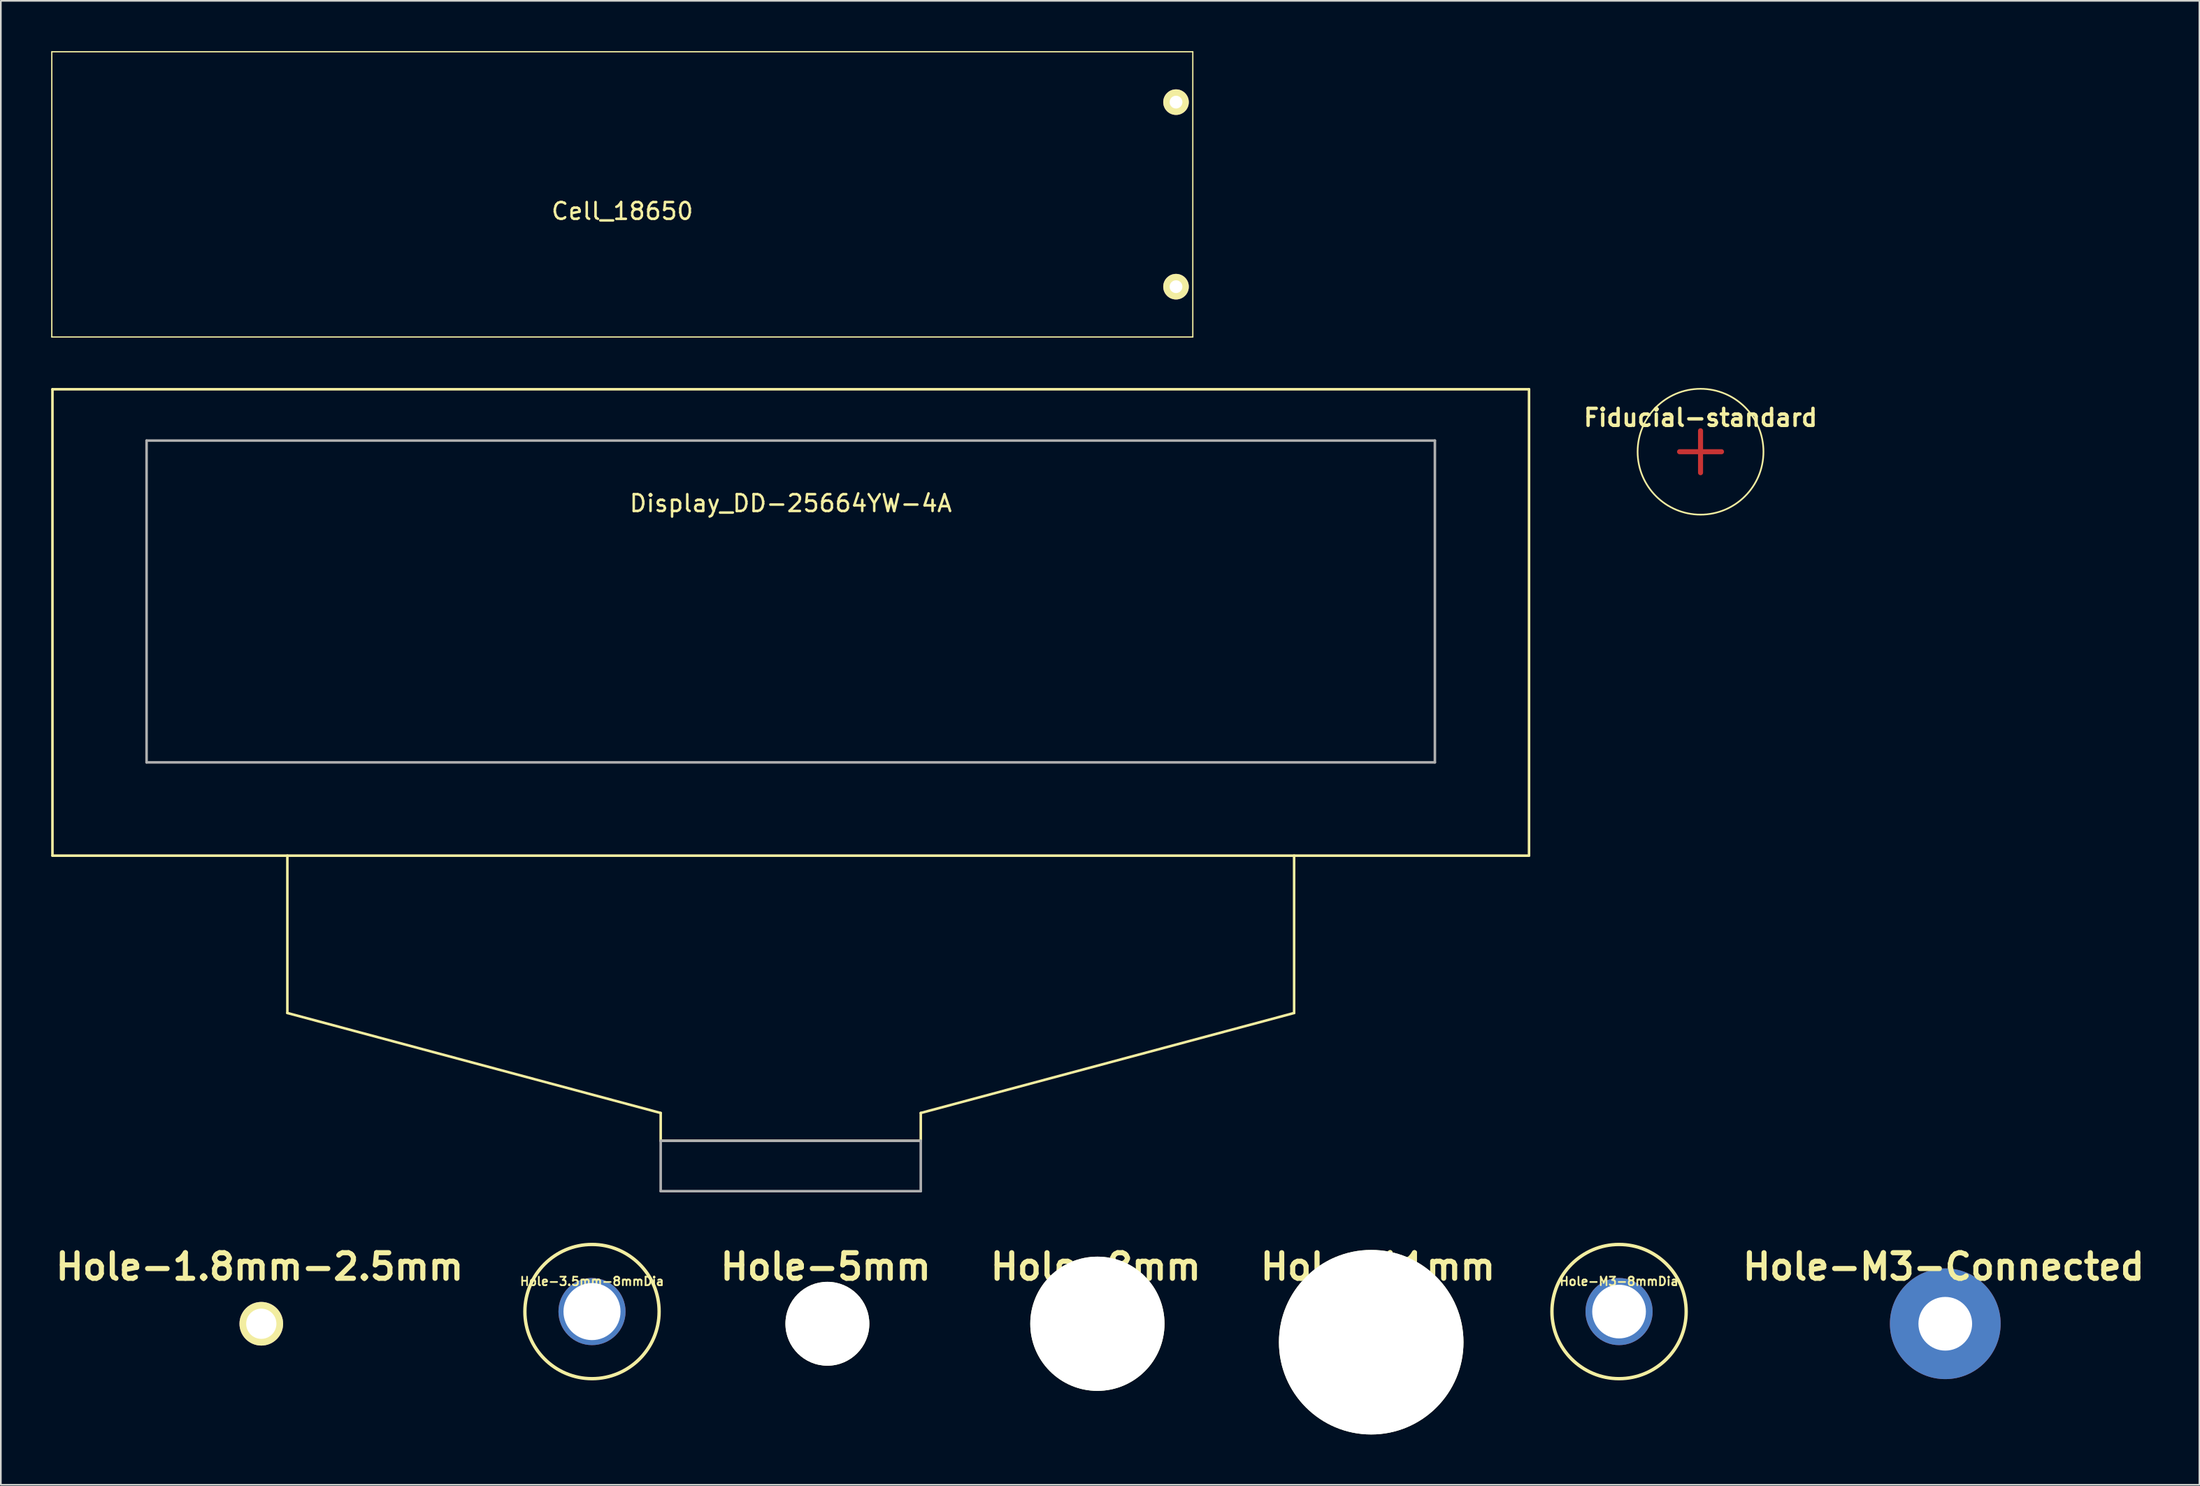
<source format=kicad_pcb>
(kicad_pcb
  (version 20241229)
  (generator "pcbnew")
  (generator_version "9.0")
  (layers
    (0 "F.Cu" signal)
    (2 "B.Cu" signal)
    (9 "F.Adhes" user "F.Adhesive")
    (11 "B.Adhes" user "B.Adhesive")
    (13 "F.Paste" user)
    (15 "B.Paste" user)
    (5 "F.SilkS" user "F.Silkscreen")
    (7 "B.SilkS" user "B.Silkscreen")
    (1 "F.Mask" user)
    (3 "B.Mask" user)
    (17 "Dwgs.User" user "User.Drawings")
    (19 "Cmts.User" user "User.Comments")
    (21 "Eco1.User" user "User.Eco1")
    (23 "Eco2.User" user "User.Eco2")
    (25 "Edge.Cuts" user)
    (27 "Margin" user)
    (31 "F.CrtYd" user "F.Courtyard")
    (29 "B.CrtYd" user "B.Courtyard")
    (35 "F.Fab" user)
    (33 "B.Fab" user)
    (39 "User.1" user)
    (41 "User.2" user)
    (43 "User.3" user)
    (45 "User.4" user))
  (footprint "Hole-8mm"
    (layer "F.Cu")
    (at 62.352 75.856)
    (property "Reference" "Hole-8mm" (at -0.099 -3.401 0) (layer "F.SilkS") (effects (font (size 1.524 1.524) (thickness 0.305))))
    (attr through_hole)
    (pad "" np_thru_hole circle (at 0 0) (size 8 8) (drill 8) (layers "*.Cu" "*.Mask" "F.SilkS")))
  (footprint "Hole-11mm"
    (layer "F.Cu")
    (at 78.671 76.955)
    (property "Reference" "Hole-11mm" (at 0.4 -4.5 0) (layer "F.SilkS") (effects (font (size 1.524 1.524) (thickness 0.305))))
    (attr through_hole)
    (pad "" np_thru_hole circle (at 0 0) (size 11 11) (drill 11) (layers "*.Cu" "*.Mask" "F.SilkS")))
  (footprint "Display_DD-25664YW-4A"
    (layer "F.Cu")
    (at 44.076 47.952)
    (property "Reference" "Display_DD-25664YW-4A" (at 0 -21 0) (layer "F.SilkS") (effects (font (size 1 1) (thickness 0.15))))
    (attr through_hole)
    (fp_line (start -44 -27.8) (end -44 0) (stroke (width 0.152) (type solid)) (layer "F.SilkS"))
    (fp_line (start -44 0) (end 44 0) (stroke (width 0.152) (type solid)) (layer "F.SilkS"))
    (fp_line (start -30 0) (end -30 9.38) (stroke (width 0.152) (type solid)) (layer "F.SilkS"))
    (fp_line (start -30 9.38) (end -7.75 15.34) (stroke (width 0.152) (type solid)) (layer "F.SilkS"))
    (fp_line (start -7.75 17) (end -7.75 15.34) (stroke (width 0.152) (type solid)) (layer "F.SilkS"))
    (fp_line (start -7.75 17) (end 7.75 17) (stroke (width 0.152) (type solid)) (layer "F.SilkS"))
    (fp_line (start 7.75 17) (end 7.75 15.34) (stroke (width 0.152) (type solid)) (layer "F.SilkS"))
    (fp_line (start 30 0) (end 30 9.38) (stroke (width 0.152) (type solid)) (layer "F.SilkS"))
    (fp_line (start 30 9.38) (end 7.75 15.34) (stroke (width 0.152) (type solid)) (layer "F.SilkS"))
    (fp_line (start 44 -27.8) (end -44 -27.8) (stroke (width 0.152) (type solid)) (layer "F.SilkS"))
    (fp_line (start 44 0) (end 44 -27.8) (stroke (width 0.152) (type solid)) (layer "F.SilkS"))
    (fp_line (start -38.39 -24.74) (end 38.39 -24.74) (stroke (width 0.152) (type solid)) (layer "F.Fab"))
    (fp_line (start -38.39 -5.56) (end -38.39 -24.74) (stroke (width 0.152) (type solid)) (layer "F.Fab"))
    (fp_line (start -7.75 17) (end 7.75 17) (stroke (width 0.152) (type solid)) (layer "F.Fab"))
    (fp_line (start -7.75 20) (end -7.75 17) (stroke (width 0.152) (type solid)) (layer "F.Fab"))
    (fp_line (start 7.75 17) (end 7.75 20) (stroke (width 0.152) (type solid)) (layer "F.Fab"))
    (fp_line (start 7.75 20) (end -7.75 20) (stroke (width 0.152) (type solid)) (layer "F.Fab"))
    (fp_line (start 38.39 -24.74) (end 38.39 -5.56) (stroke (width 0.152) (type solid)) (layer "F.Fab"))
    (fp_line (start 38.39 -5.56) (end -38.39 -5.56) (stroke (width 0.152) (type solid)) (layer "F.Fab")))
  (footprint "Hole-M3-8mmDia"
    (layer "F.Cu")
    (at 93.442 75.129)
    (property "Reference" "Hole-M3-8mmDia" (at 0 -1.8 0) (layer "F.SilkS") (effects (font (size 0.508 0.508) (thickness 0.102))))
    (attr through_hole)
    (fp_circle (center 0 0) (end 4 0) (stroke (width 0.2) (type solid)) (fill no) (layer "F.SilkS"))
    (pad "" thru_hole circle (at 0 0) (size 4 4) (drill 3.2) (layers "*.Cu" "*.Mask")))
  (footprint "Hole-M3-Connected"
    (layer "F.Cu")
    (at 112.884 75.856)
    (property "Reference" "Hole-M3-Connected" (at -0.099 -3.401 0) (layer "F.SilkS") (effects (font (size 1.524 1.524) (thickness 0.305))))
    (attr through_hole)
    (pad "1" thru_hole circle (at 0 0) (size 6.6 6.6) (drill 3.2) (layers "*.Cu" "*.Mask")))
  (footprint "Hole-3.5mm-8mmDia"
    (layer "F.Cu")
    (at 32.232 75.129)
    (property "Reference" "Hole-3.5mm-8mmDia" (at 0 -1.8 0) (layer "F.SilkS") (effects (font (size 0.508 0.508) (thickness 0.102))))
    (attr through_hole)
    (fp_circle (center 0 0) (end 4 0) (stroke (width 0.2) (type solid)) (fill no) (layer "F.SilkS"))
    (pad "" thru_hole circle (at 0 0) (size 4 4) (drill 3.4) (layers "*.Cu" "*.Mask")))
  (footprint "Hole-5mm"
    (layer "F.Cu")
    (at 46.26 75.856)
    (property "Reference" "Hole-5mm" (at -0.099 -3.401 0) (layer "F.SilkS") (effects (font (size 1.524 1.524) (thickness 0.305))))
    (attr through_hole)
    (pad "" np_thru_hole circle (at 0 0) (size 5 5) (drill 5) (layers "*.Cu" "*.Mask" "F.SilkS")))
  (footprint "Fiducial-standard"
    (layer "F.Cu")
    (at 98.298 23.876)
    (property "Reference" "Fiducial-standard" (at 0 -2.032 0) (layer "F.SilkS") (effects (font (size 1.016 1.016) (thickness 0.203))))
    (attr through_hole)
    (fp_line (start -1.25 0) (end 1.25 0) (stroke (width 0.3) (type solid)) (layer "F.Cu"))
    (fp_line (start 0 -1.25) (end 0 1.25) (stroke (width 0.3) (type solid)) (layer "F.Cu"))
    (fp_circle (center 0 0) (end 3.75 0) (stroke (width 0.1) (type solid)) (fill no) (layer "F.SilkS"))
    (pad "1" smd circle (at 0 0) (size 0.099 0.099) (layers "F.Cu" "F.Mask")))
  (footprint "Hole-1.8mm-2.5mm"
    (layer "F.Cu")
    (at 12.523 75.856)
    (property "Reference" "Hole-1.8mm-2.5mm" (at -0.099 -3.401 0) (layer "F.SilkS") (effects (font (size 1.524 1.524) (thickness 0.305))))
    (attr through_hole)
    (pad "1" thru_hole circle (at 0 0) (size 2.6 2.6) (drill 1.8) (layers "*.Cu" "*.Mask" "F.SilkS")))
  (footprint "Cell_18650"
    (layer "F.Cu")
    (at 34.038 9.038)
    (property "Reference" "Cell_18650" (at 0 0.5 0) (layer "F.SilkS") (effects (font (size 1 1) (thickness 0.15))))
    (attr through_hole)
    (fp_line (start -34 -9) (end 34 -9) (stroke (width 0.076) (type solid)) (layer "F.SilkS"))
    (fp_line (start -34 8) (end -34 -9) (stroke (width 0.076) (type solid)) (layer "F.SilkS"))
    (fp_line (start 34 -9) (end 34 8) (stroke (width 0.076) (type solid)) (layer "F.SilkS"))
    (fp_line (start 34 8) (end -34 8) (stroke (width 0.076) (type solid)) (layer "F.SilkS"))
    (pad "1" thru_hole circle (at 33 -6) (size 1.524 1.524) (drill 0.762) (layers "*.Cu" "*.Mask" "F.SilkS"))
    (pad "2" thru_hole circle (at 33 5) (size 1.524 1.524) (drill 0.762) (layers "*.Cu" "*.Mask" "F.SilkS")))
  (gr_rect
    (start -3 -3)
    (end 128.028 85.455)
    (stroke (width 0.1) (type default))
    (fill no)
    (layer "Edge.Cuts")))
</source>
